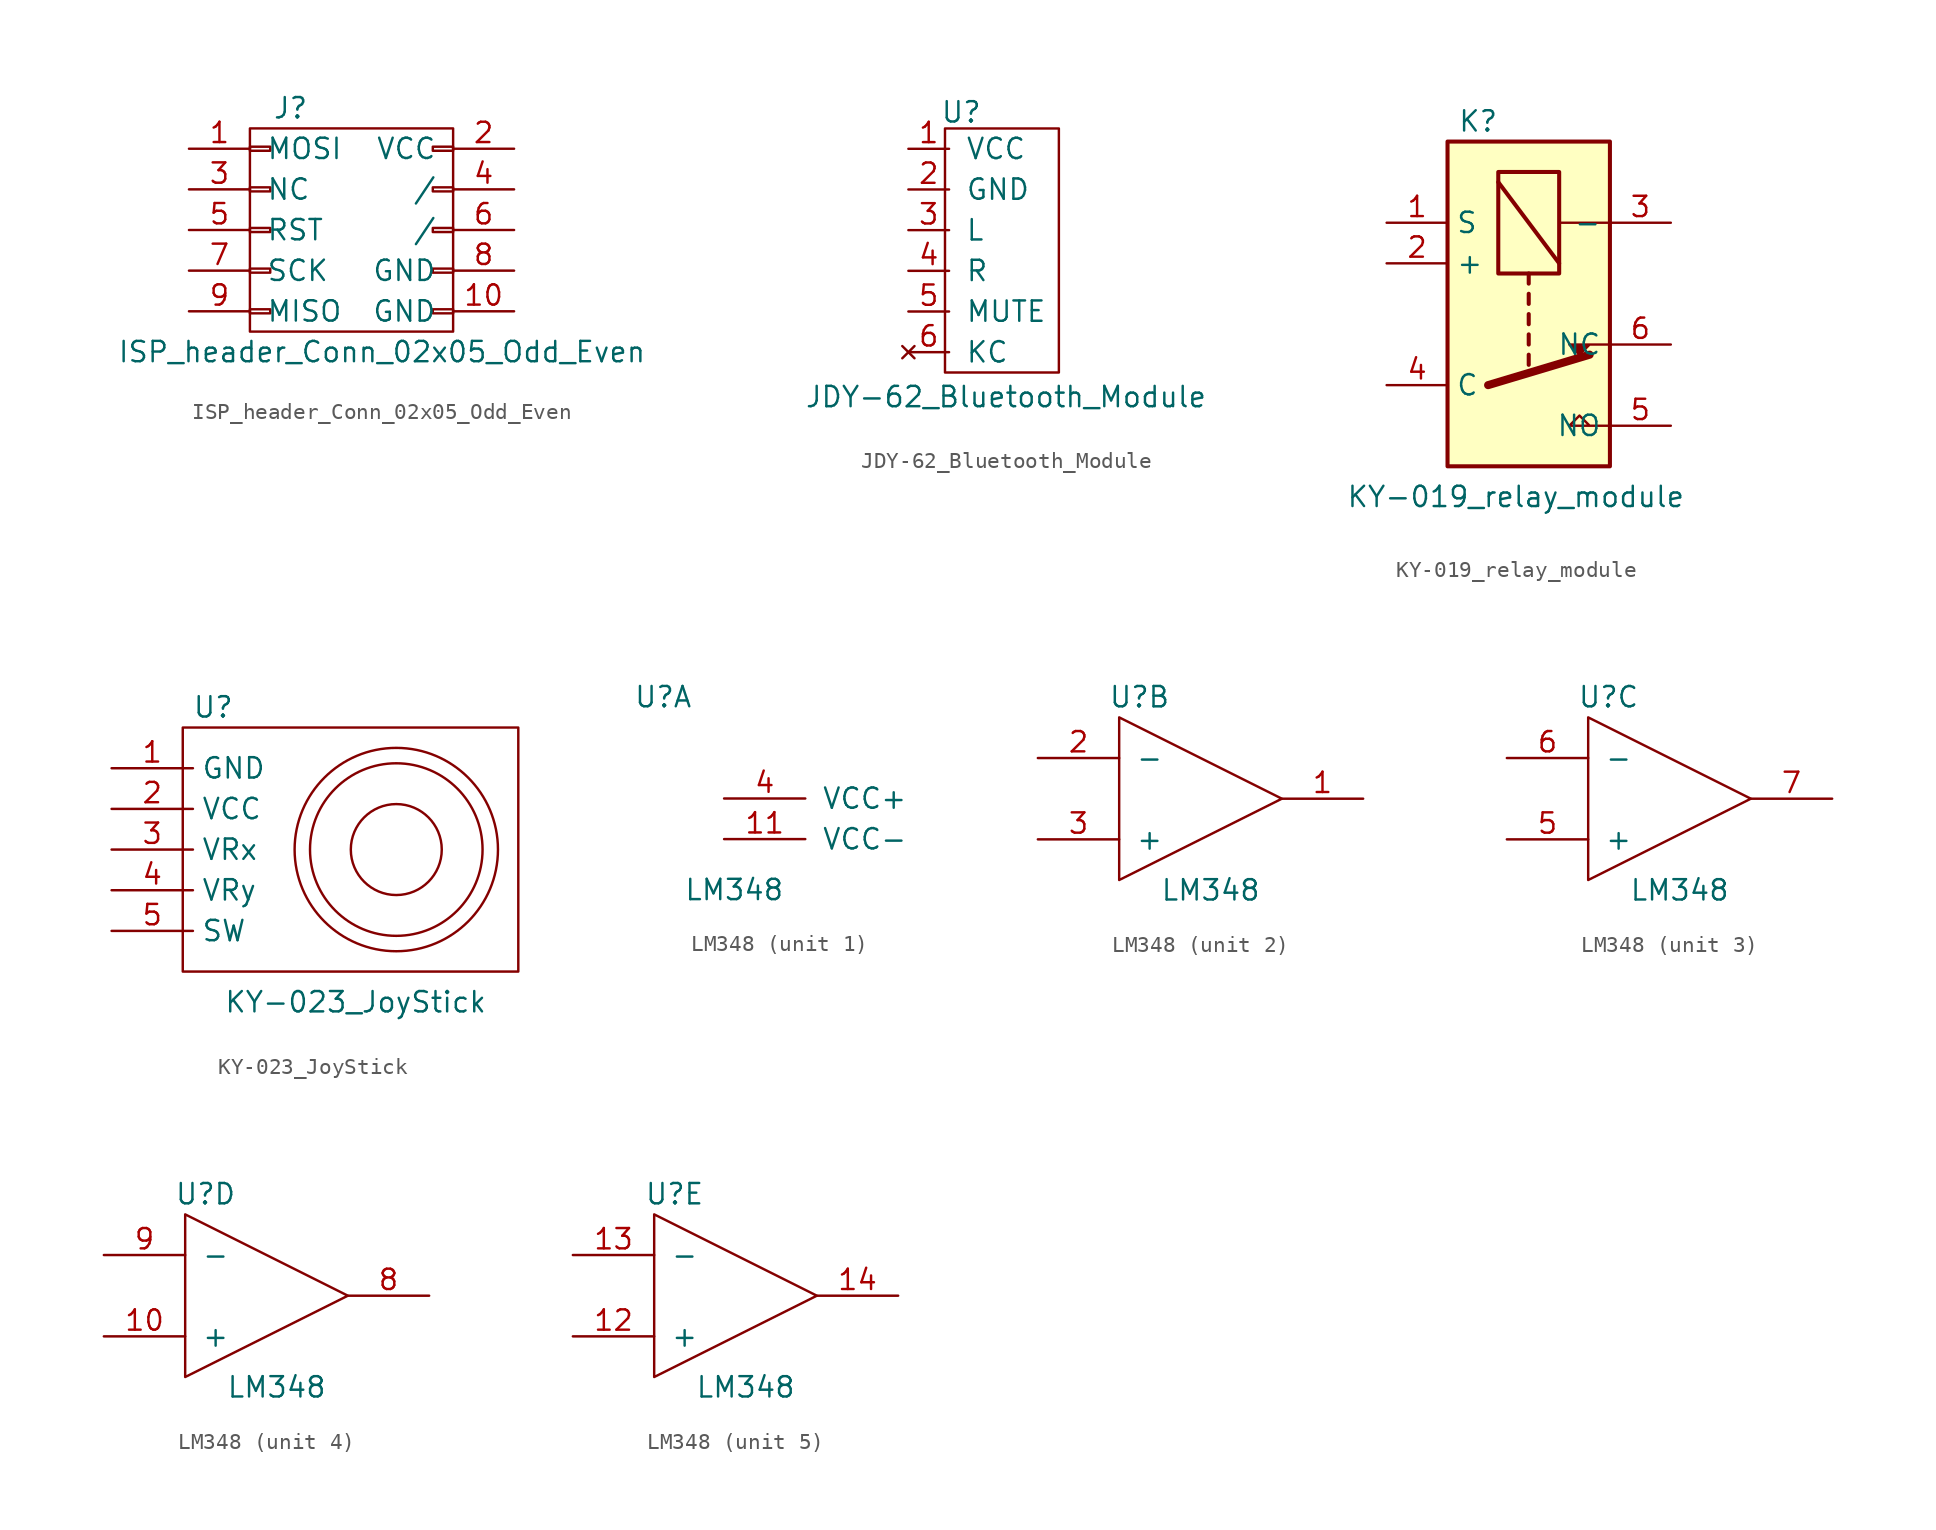
<source format=kicad_sym>
(kicad_symbol_lib
  (version 20211014)
  (generator kicad_symbol_editor)
  (symbol "ISP_header_Conn_02x05_Odd_Even"
    (pin_names
      (offset 1.016))
    (property "Reference" "J"
      (at 1.27 7.62 0)
      (effects (font (size 1.27 1.27))))
    (property "Value" "ISP_header_Conn_02x05_Odd_Even"
      (at 6.985 -7.62 0)
      (effects (font (size 1.27 1.27))))
    (symbol "ISP_header_Conn_02x05_Odd_Even_0_1"
      (polyline (pts (xy -1.27 6.35) (xy -1.27 -6.35) (xy 11.43 -6.35) (xy 11.43 6.35) (xy -1.27 6.35)) (stroke (width 0) (type default) (color 0 0 0 0)) (fill (type none))))
    (symbol "ISP_header_Conn_02x05_Odd_Even_1_1"
      (rectangle (start -1.27 -4.953) (end 0 -5.207) (stroke (width 0.152) (type default) (color 0 0 0 0)) (fill (type none)))
      (rectangle (start -1.27 -2.413) (end 0 -2.667) (stroke (width 0.152) (type default) (color 0 0 0 0)) (fill (type none)))
      (rectangle (start -1.27 0.127) (end 0 -0.127) (stroke (width 0.152) (type default) (color 0 0 0 0)) (fill (type none)))
      (rectangle (start -1.27 2.667) (end 0 2.413) (stroke (width 0.152) (type default) (color 0 0 0 0)) (fill (type none)))
      (rectangle (start -1.27 5.207) (end 0 4.953) (stroke (width 0.152) (type default) (color 0 0 0 0)) (fill (type none)))
      (rectangle (start 11.43 -4.953) (end 10.16 -5.207) (stroke (width 0.152) (type default) (color 0 0 0 0)) (fill (type none)))
      (rectangle (start 11.43 -2.413) (end 10.16 -2.667) (stroke (width 0.152) (type default) (color 0 0 0 0)) (fill (type none)))
      (rectangle (start 11.43 0.127) (end 10.16 -0.127) (stroke (width 0.152) (type default) (color 0 0 0 0)) (fill (type none)))
      (rectangle (start 11.43 2.667) (end 10.16 2.413) (stroke (width 0.152) (type default) (color 0 0 0 0)) (fill (type none)))
      (rectangle (start 11.43 5.207) (end 10.16 4.953) (stroke (width 0.152) (type default) (color 0 0 0 0)) (fill (type none)))
      (pin passive line (at -5.08 5.08 0) (length 3.81) (name "MOSI" (effects (font (size 1.27 1.27)))) (number "1" (effects (font (size 1.27 1.27)))))
      (pin passive line (at 15.24 -5.08 180) (length 3.81) (name "GND" (effects (font (size 1.27 1.27)))) (number "10" (effects (font (size 1.27 1.27)))))
      (pin passive line (at 15.24 5.08 180) (length 3.81) (name "VCC" (effects (font (size 1.27 1.27)))) (number "2" (effects (font (size 1.27 1.27)))))
      (pin passive line (at -5.08 2.54 0) (length 3.81) (name "NC" (effects (font (size 1.27 1.27)))) (number "3" (effects (font (size 1.27 1.27)))))
      (pin passive line (at 15.24 2.54 180) (length 3.81) (name "/" (effects (font (size 1.27 1.27)))) (number "4" (effects (font (size 1.27 1.27)))))
      (pin passive line (at -5.08 0 0) (length 3.81) (name "RST" (effects (font (size 1.27 1.27)))) (number "5" (effects (font (size 1.27 1.27)))))
      (pin passive line (at 15.24 0 180) (length 3.81) (name "/" (effects (font (size 1.27 1.27)))) (number "6" (effects (font (size 1.27 1.27)))))
      (pin passive line (at -5.08 -2.54 0) (length 3.81) (name "SCK" (effects (font (size 1.27 1.27)))) (number "7" (effects (font (size 1.27 1.27)))))
      (pin passive line (at 15.24 -2.54 180) (length 3.81) (name "GND" (effects (font (size 1.27 1.27)))) (number "8" (effects (font (size 1.27 1.27)))))
      (pin passive line (at -5.08 -5.08 0) (length 3.81) (name "MISO" (effects (font (size 1.27 1.27)))) (number "9" (effects (font (size 1.27 1.27)))))))
  (symbol "JDY-62_Bluetooth_Module"
    (pin_names
      (offset 1.016))
    (property "Reference" "U"
      (at 3.302 2.286 0)
      (effects (font (size 1.27 1.27))))
    (property "Value" "JDY-62_Bluetooth_Module"
      (at 6.096 -15.494 0)
      (effects (font (size 1.27 1.27))))
    (symbol "JDY-62_Bluetooth_Module_0_1"
      (polyline (pts (xy 2.286 1.27) (xy 2.286 -13.97) (xy 9.398 -13.97) (xy 9.398 1.27) (xy 2.286 1.27)) (stroke (width 0) (type default) (color 0 0 0 0)) (fill (type none))))
    (symbol "JDY-62_Bluetooth_Module_1_1"
      (pin power_in line (at 0 0 0) (length 2.54) (name "VCC" (effects (font (size 1.27 1.27)))) (number "1" (effects (font (size 1.27 1.27)))))
      (pin power_in line (at 0 -2.54 0) (length 2.54) (name "GND" (effects (font (size 1.27 1.27)))) (number "2" (effects (font (size 1.27 1.27)))))
      (pin output line (at 0 -5.08 0) (length 2.54) (name "L" (effects (font (size 1.27 1.27)))) (number "3" (effects (font (size 1.27 1.27)))))
      (pin output line (at 0 -7.62 0) (length 2.54) (name "R" (effects (font (size 1.27 1.27)))) (number "4" (effects (font (size 1.27 1.27)))))
      (pin output line (at 0 -10.16 0) (length 2.54) (name "MUTE" (effects (font (size 1.27 1.27)))) (number "5" (effects (font (size 1.27 1.27)))))
      (pin no_connect line (at 0 -12.7 0) (length 2.54) (name "KC" (effects (font (size 1.27 1.27)))) (number "6" (effects (font (size 1.27 1.27)))))))
  (symbol "KY-019_relay_module"
    (property "Reference" "K"
      (at 4.445 6.35 0)
      (effects (font (size 1.27 1.27)) (justify left)))
    (property "Value" "KY-019_relay_module"
      (at -2.54 -17.145 0)
      (effects (font (size 1.27 1.27)) (justify left)))
    (symbol "KY-019_relay_module_0_0"
      (polyline (pts (xy 13.97 -12.7) (xy 11.43 -12.7) (xy 12.065 -12.065) (xy 12.7 -12.7)) (stroke (width 0) (type default) (color 0 0 0 0)) (fill (type none))))
    (symbol "KY-019_relay_module_0_1"
      (polyline (pts (xy 6.35 -10.16) (xy 12.7 -8.255)) (stroke (width 0.508) (type default) (color 0 0 0 0)) (fill (type none)))
      (polyline (pts (xy 6.985 2.54) (xy 10.795 -2.54)) (stroke (width 0.254) (type default) (color 0 0 0 0)) (fill (type none)))
      (polyline (pts (xy 8.89 -8.255) (xy 8.89 -8.89)) (stroke (width 0.254) (type default) (color 0 0 0 0)) (fill (type none)))
      (polyline (pts (xy 8.89 -6.985) (xy 8.89 -7.62)) (stroke (width 0.254) (type default) (color 0 0 0 0)) (fill (type none)))
      (polyline (pts (xy 8.89 -5.715) (xy 8.89 -6.35)) (stroke (width 0.254) (type default) (color 0 0 0 0)) (fill (type none)))
      (polyline (pts (xy 8.89 -4.445) (xy 8.89 -5.08)) (stroke (width 0.254) (type default) (color 0 0 0 0)) (fill (type none)))
      (polyline (pts (xy 8.89 -3.175) (xy 8.89 -3.81)) (stroke (width 0.254) (type default) (color 0 0 0 0)) (fill (type none)))
      (polyline (pts (xy 13.97 0) (xy 10.795 0)) (stroke (width 0) (type default) (color 0 0 0 0)) (fill (type none)))
      (polyline (pts (xy 13.97 -7.62) (xy 11.43 -7.62) (xy 12.065 -8.255) (xy 12.7 -7.62)) (stroke (width 0) (type default) (color 0 0 0 0)) (fill (type outline)))
      (rectangle (start 10.795 3.175) (end 6.985 -3.175) (stroke (width 0.254) (type default) (color 0 0 0 0)) (fill (type none)))
      (rectangle (start 13.97 5.08) (end 3.81 -15.24) (stroke (width 0.254) (type default) (color 0 0 0 0)) (fill (type background))))
    (symbol "KY-019_relay_module_1_1"
      (pin input line (at 0 0 0) (length 3.81) (name "S" (effects (font (size 1.27 1.27)))) (number "1" (effects (font (size 1.27 1.27)))))
      (pin power_in line (at 0 -2.54 0) (length 3.81) (name "+" (effects (font (size 1.27 1.27)))) (number "2" (effects (font (size 1.27 1.27)))))
      (pin power_in line (at 17.78 0 180) (length 3.81) (name "-" (effects (font (size 1.27 1.27)))) (number "3" (effects (font (size 1.27 1.27)))))
      (pin passive line (at 0 -10.16 0) (length 3.81) (name "C" (effects (font (size 1.27 1.27)))) (number "4" (effects (font (size 1.27 1.27)))))
      (pin passive line (at 17.78 -12.7 180) (length 3.81) (name "NO" (effects (font (size 1.27 1.27)))) (number "5" (effects (font (size 1.27 1.27)))))
      (pin passive line (at 17.78 -7.62 180) (length 3.81) (name "NC" (effects (font (size 1.27 1.27)))) (number "6" (effects (font (size 1.27 1.27)))))))
  (symbol "KY-023_JoyStick"
    (property "Reference" "U"
      (at 6.35 3.81 0)
      (effects (font (size 1.27 1.27))))
    (property "Value" "KY-023_JoyStick"
      (at 15.24 -14.605 0)
      (effects (font (size 1.27 1.27))))
    (symbol "KY-023_JoyStick_0_1"
      (polyline (pts (xy 4.445 2.54) (xy 4.445 -12.7) (xy 25.4 -12.7) (xy 25.4 2.54) (xy 4.445 2.54)) (stroke (width 0.152) (type default) (color 0 0 0 0)) (fill (type none)))
      (circle (center 17.78 -5.08) (radius 2.84) (stroke (width 0.152) (type default) (color 0 0 0 0)) (fill (type none)))
      (circle (center 17.78 -5.08) (radius 5.388) (stroke (width 0.152) (type default) (color 0 0 0 0)) (fill (type none)))
      (circle (center 17.78 -5.08) (radius 6.35) (stroke (width 0.152) (type default) (color 0 0 0 0)) (fill (type none))))
    (symbol "KY-023_JoyStick_1_1"
      (pin power_in line (at 0 0 0) (length 5.08) (name "GND" (effects (font (size 1.27 1.27)))) (number "1" (effects (font (size 1.27 1.27)))))
      (pin power_in line (at 0 -2.54 0) (length 5.08) (name "VCC" (effects (font (size 1.27 1.27)))) (number "2" (effects (font (size 1.27 1.27)))))
      (pin output line (at 0 -5.08 0) (length 5.08) (name "VRx" (effects (font (size 1.27 1.27)))) (number "3" (effects (font (size 1.27 1.27)))))
      (pin output line (at 0 -7.62 0) (length 5.08) (name "VRy" (effects (font (size 1.27 1.27)))) (number "4" (effects (font (size 1.27 1.27)))))
      (pin output line (at 0 -10.16 0) (length 5.08) (name "SW" (effects (font (size 1.27 1.27)))) (number "5" (effects (font (size 1.27 1.27)))))))
  (symbol "LM348"
    (pin_names
      (offset 1.016))
    (property "Reference" "U"
      (at -3.81 6.35 0)
      (effects (font (size 1.27 1.27))))
    (property "Value" "LM348"
      (at 0.635 -5.715 0)
      (effects (font (size 1.27 1.27))))
    (property "ki_locked" ""
      (at 0 0 0)
      (effects (font (size 1.27 1.27))))
    (symbol "LM348_1_1"
      (pin power_in line (at 0 -2.54 0) (length 5.08) (name "VCC-" (effects (font (size 1.27 1.27)))) (number "11" (effects (font (size 1.27 1.27)))))
      (pin power_in line (at 0 0 0) (length 5.08) (name "VCC+" (effects (font (size 1.27 1.27)))) (number "4" (effects (font (size 1.27 1.27))))))
    (symbol "LM348_2_1"
      (polyline (pts (xy -5.08 5.08) (xy -5.08 -5.08) (xy 5.08 0) (xy -5.08 5.08)) (stroke (width 0) (type default) (color 0 0 0 0)) (fill (type none)))
      (pin output line (at 10.16 0 180) (length 5.08) (name "~" (effects (font (size 1.27 1.27)))) (number "1" (effects (font (size 1.27 1.27)))))
      (pin input line (at -10.16 2.54 0) (length 5.08) (name "-" (effects (font (size 1.27 1.27)))) (number "2" (effects (font (size 1.27 1.27)))))
      (pin input line (at -10.16 -2.54 0) (length 5.08) (name "+" (effects (font (size 1.27 1.27)))) (number "3" (effects (font (size 1.27 1.27))))))
    (symbol "LM348_3_1"
      (polyline (pts (xy -5.08 5.08) (xy -5.08 -5.08) (xy 5.08 0) (xy -5.08 5.08)) (stroke (width 0) (type default) (color 0 0 0 0)) (fill (type none)))
      (pin input line (at -10.16 -2.54 0) (length 5.08) (name "+" (effects (font (size 1.27 1.27)))) (number "5" (effects (font (size 1.27 1.27)))))
      (pin input line (at -10.16 2.54 0) (length 5.08) (name "-" (effects (font (size 1.27 1.27)))) (number "6" (effects (font (size 1.27 1.27)))))
      (pin output line (at 10.16 0 180) (length 5.08) (name "~" (effects (font (size 1.27 1.27)))) (number "7" (effects (font (size 1.27 1.27))))))
    (symbol "LM348_4_1"
      (polyline (pts (xy -5.08 5.08) (xy -5.08 -5.08) (xy 5.08 0) (xy -5.08 5.08)) (stroke (width 0) (type default) (color 0 0 0 0)) (fill (type none)))
      (pin input line (at -10.16 -2.54 0) (length 5.08) (name "+" (effects (font (size 1.27 1.27)))) (number "10" (effects (font (size 1.27 1.27)))))
      (pin output line (at 10.16 0 180) (length 5.08) (name "~" (effects (font (size 1.27 1.27)))) (number "8" (effects (font (size 1.27 1.27)))))
      (pin input line (at -10.16 2.54 0) (length 5.08) (name "-" (effects (font (size 1.27 1.27)))) (number "9" (effects (font (size 1.27 1.27))))))
    (symbol "LM348_5_1"
      (polyline (pts (xy -5.08 5.08) (xy -5.08 -5.08) (xy 5.08 0) (xy -5.08 5.08)) (stroke (width 0) (type default) (color 0 0 0 0)) (fill (type none)))
      (pin input line (at -10.16 -2.54 0) (length 5.08) (name "+" (effects (font (size 1.27 1.27)))) (number "12" (effects (font (size 1.27 1.27)))))
      (pin input line (at -10.16 2.54 0) (length 5.08) (name "-" (effects (font (size 1.27 1.27)))) (number "13" (effects (font (size 1.27 1.27)))))
      (pin output line (at 10.16 0 180) (length 5.08) (name "~" (effects (font (size 1.27 1.27)))) (number "14" (effects (font (size 1.27 1.27))))))))
</source>
